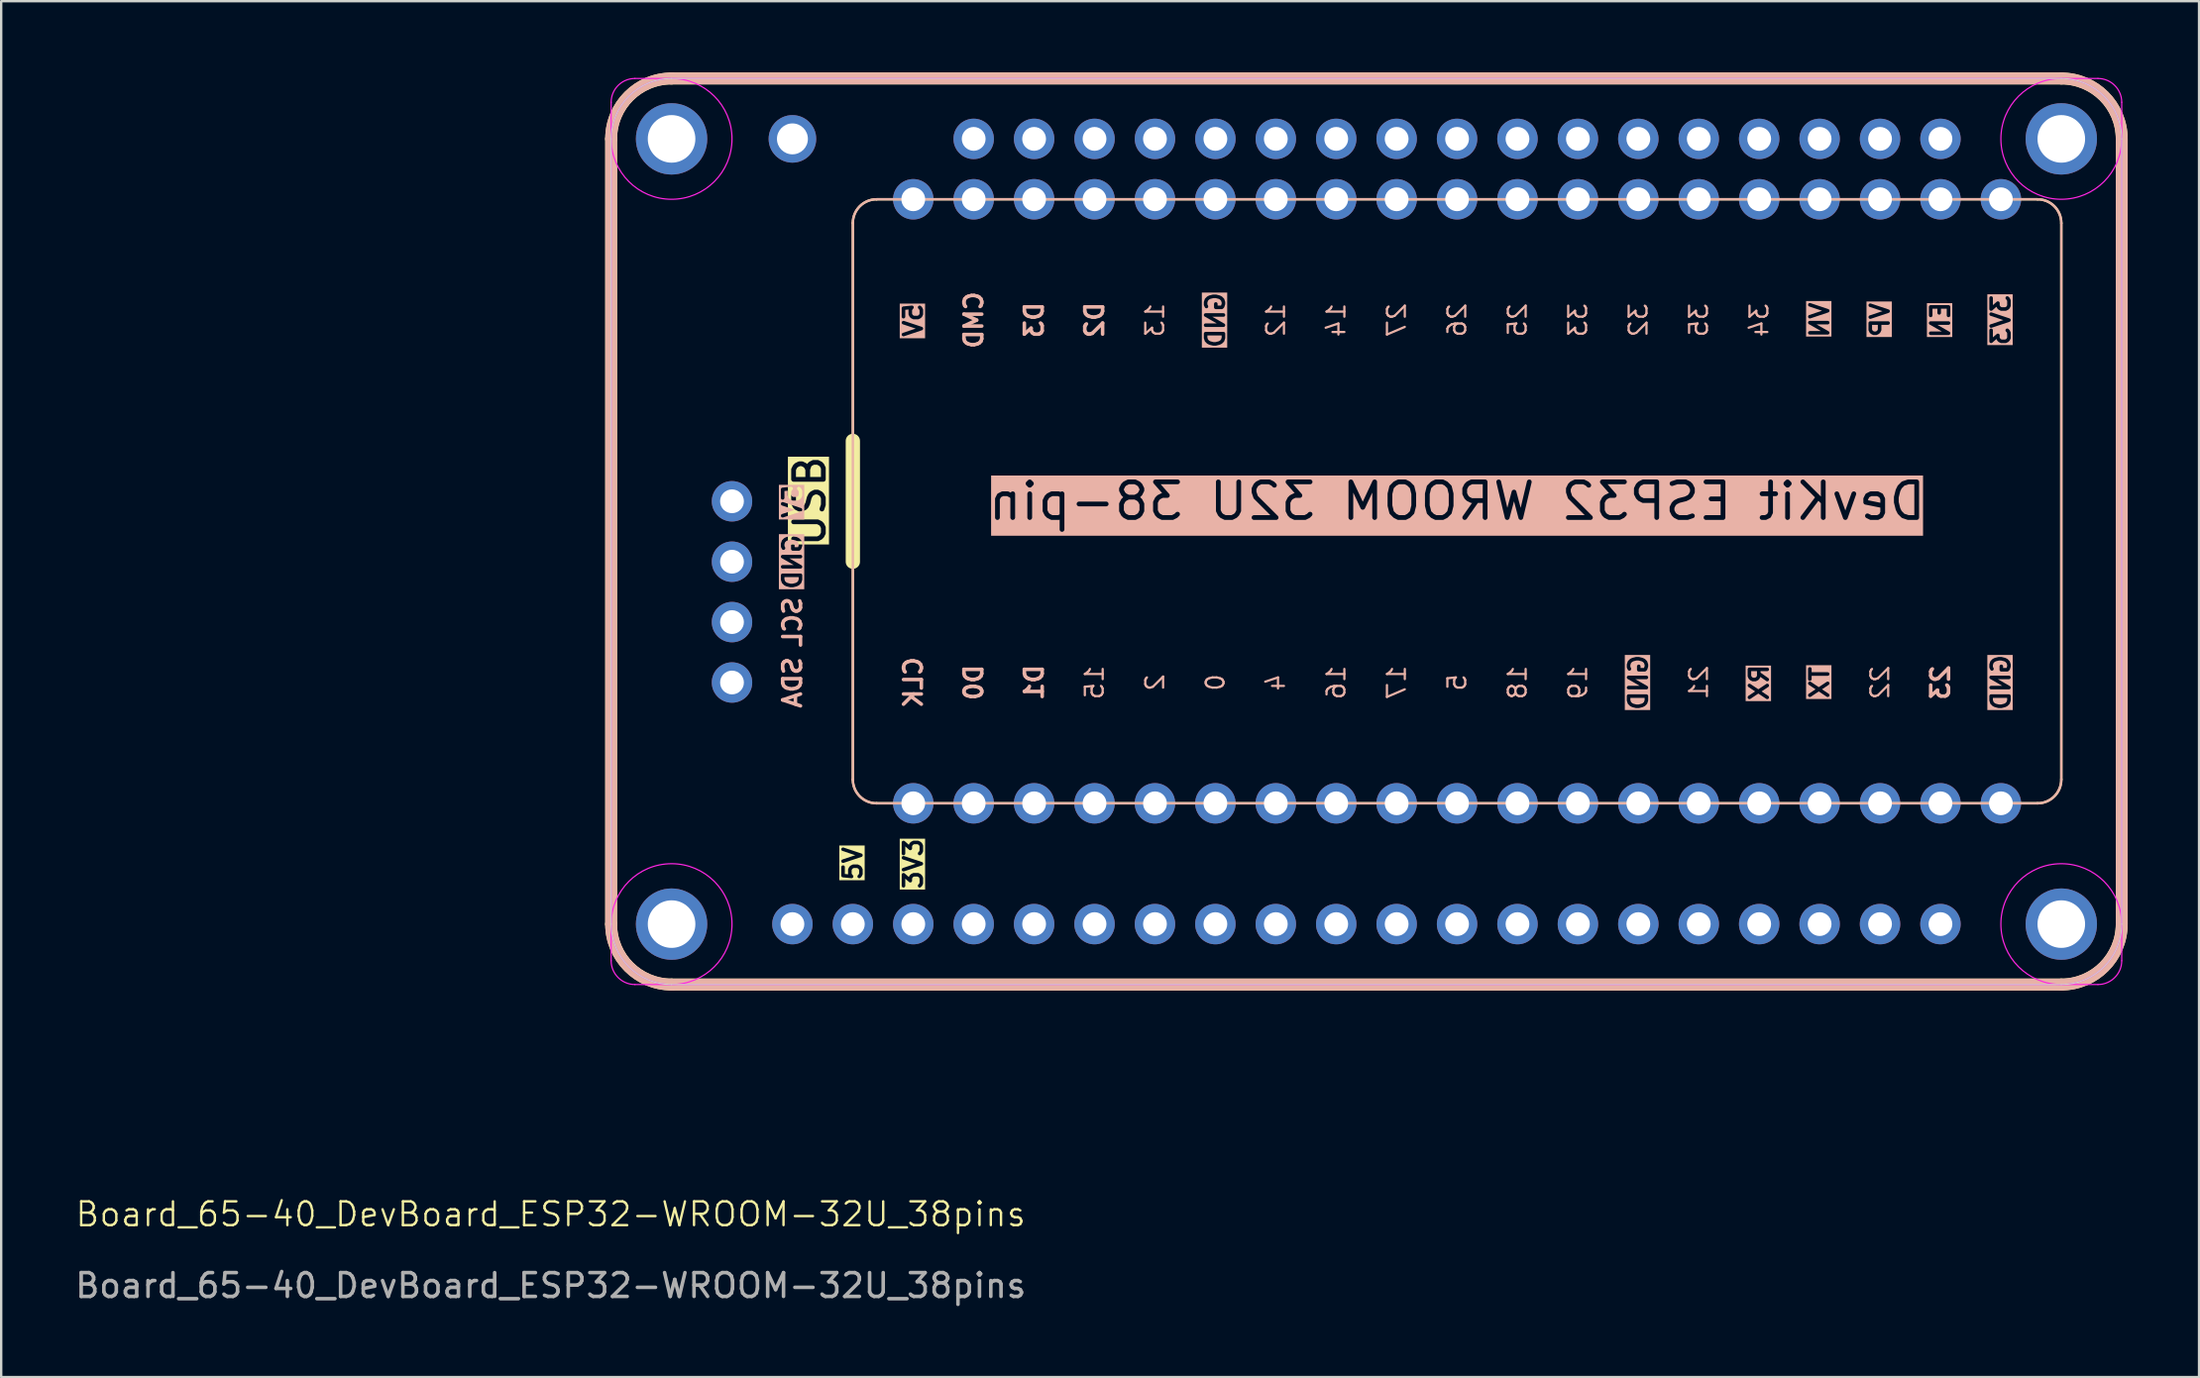
<source format=kicad_pcb>
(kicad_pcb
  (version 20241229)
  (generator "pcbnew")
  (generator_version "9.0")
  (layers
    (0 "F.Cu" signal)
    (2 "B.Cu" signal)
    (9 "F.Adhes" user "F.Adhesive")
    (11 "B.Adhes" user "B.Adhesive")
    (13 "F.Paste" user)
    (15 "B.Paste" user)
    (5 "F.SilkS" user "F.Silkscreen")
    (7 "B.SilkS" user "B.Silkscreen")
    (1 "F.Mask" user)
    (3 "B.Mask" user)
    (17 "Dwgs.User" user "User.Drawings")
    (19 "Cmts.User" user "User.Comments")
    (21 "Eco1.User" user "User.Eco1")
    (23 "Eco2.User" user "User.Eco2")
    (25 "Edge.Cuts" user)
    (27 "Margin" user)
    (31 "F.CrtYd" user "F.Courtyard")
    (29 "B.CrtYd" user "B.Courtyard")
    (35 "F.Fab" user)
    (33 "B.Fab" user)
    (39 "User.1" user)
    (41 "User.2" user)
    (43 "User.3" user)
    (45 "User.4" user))
  (footprint "Board_65-40_DevBoard_ESP32-WROOM-32U_38pins"
    (layer "F.Cu")
    (at 20.101 48.51)
    (property "Reference" "Board_65-40_DevBoard_ESP32-WROOM-32U_38pins" (at 0 -0.5 0) (unlocked yes) (layer "F.SilkS") (effects (font (size 1 1) (thickness 0.1))))
    (attr through_hole)
    (fp_line (start 2.54 -45.72) (end 2.54 -12.7) (stroke (width 0.5) (type default)) (layer "F.SilkS"))
    (fp_line (start 5.08 -48.26) (end 63.5 -48.26) (stroke (width 0.5) (type default)) (layer "F.SilkS"))
    (fp_line (start 5.08 -10.16) (end 63.5 -10.16) (stroke (width 0.5) (type default)) (layer "F.SilkS"))
    (fp_line (start 12.7 -27.94) (end 12.7 -33.02) (stroke (width 0.6) (type default)) (layer "F.SilkS"))
    (fp_line (start 12.7 -18.78) (end 12.7 -42.18) (stroke (width 0.1) (type default)) (layer "F.SilkS"))
    (fp_line (start 13.7 -43.18) (end 62.5 -43.18) (stroke (width 0.1) (type default)) (layer "F.SilkS"))
    (fp_line (start 62.5 -17.78) (end 13.7 -17.78) (stroke (width 0.1) (type default)) (layer "F.SilkS"))
    (fp_line (start 63.5 -42.18) (end 63.5 -18.78) (stroke (width 0.1) (type default)) (layer "F.SilkS"))
    (fp_line (start 66.04 -45.72) (end 66.04 -12.7) (stroke (width 0.5) (type default)) (layer "F.SilkS"))
    (fp_arc (start 2.54 -45.72) (mid 3.283949 -47.516051) (end 5.08 -48.26) (stroke (width 0.5) (type default)) (layer "F.SilkS"))
    (fp_arc (start 5.08 -10.16) (mid 3.283949 -10.903949) (end 2.54 -12.7) (stroke (width 0.5) (type default)) (layer "F.SilkS"))
    (fp_arc (start 12.7 -42.18) (mid 12.992893 -42.887107) (end 13.7 -43.18) (stroke (width 0.1) (type default)) (layer "F.SilkS"))
    (fp_arc (start 13.7 -17.78) (mid 12.992893 -18.072893) (end 12.7 -18.78) (stroke (width 0.1) (type default)) (layer "F.SilkS"))
    (fp_arc (start 62.5 -43.18) (mid 63.207107 -42.887107) (end 63.5 -42.18) (stroke (width 0.1) (type default)) (layer "F.SilkS"))
    (fp_arc (start 63.5 -48.26) (mid 65.296051 -47.516051) (end 66.04 -45.72) (stroke (width 0.5) (type default)) (layer "F.SilkS"))
    (fp_arc (start 63.5 -18.78) (mid 63.207107 -18.072893) (end 62.5 -17.78) (stroke (width 0.1) (type default)) (layer "F.SilkS"))
    (fp_arc (start 66.04 -12.7) (mid 65.296051 -10.903949) (end 63.5 -10.16) (stroke (width 0.5) (type default)) (layer "F.SilkS"))
    (fp_line (start 2.54 -45.72) (end 2.54 -12.7) (stroke (width 0.5) (type default)) (layer "B.SilkS"))
    (fp_line (start 5.08 -48.26) (end 63.5 -48.26) (stroke (width 0.5) (type default)) (layer "B.SilkS"))
    (fp_line (start 5.08 -10.16) (end 63.5 -10.16) (stroke (width 0.5) (type default)) (layer "B.SilkS"))
    (fp_line (start 12.7 -18.78) (end 12.7 -42.18) (stroke (width 0.1) (type default)) (layer "B.SilkS"))
    (fp_line (start 13.7 -43.18) (end 62.5 -43.18) (stroke (width 0.1) (type default)) (layer "B.SilkS"))
    (fp_line (start 62.5 -17.78) (end 13.7 -17.78) (stroke (width 0.1) (type default)) (layer "B.SilkS"))
    (fp_line (start 63.5 -42.18) (end 63.5 -18.78) (stroke (width 0.1) (type default)) (layer "B.SilkS"))
    (fp_line (start 66.04 -45.72) (end 66.04 -12.7) (stroke (width 0.5) (type default)) (layer "B.SilkS"))
    (fp_arc (start 2.54 -45.72) (mid 3.283949 -47.516051) (end 5.08 -48.26) (stroke (width 0.5) (type default)) (layer "B.SilkS"))
    (fp_arc (start 5.08 -10.16) (mid 3.283949 -10.903949) (end 2.54 -12.7) (stroke (width 0.5) (type default)) (layer "B.SilkS"))
    (fp_arc (start 12.7 -42.18) (mid 12.992893 -42.887107) (end 13.7 -43.18) (stroke (width 0.1) (type default)) (layer "B.SilkS"))
    (fp_arc (start 13.7 -17.78) (mid 12.992893 -18.072893) (end 12.7 -18.78) (stroke (width 0.1) (type default)) (layer "B.SilkS"))
    (fp_arc (start 62.5 -43.18) (mid 63.207107 -42.887107) (end 63.5 -42.18) (stroke (width 0.1) (type default)) (layer "B.SilkS"))
    (fp_arc (start 63.5 -48.26) (mid 65.296051 -47.516051) (end 66.04 -45.72) (stroke (width 0.5) (type default)) (layer "B.SilkS"))
    (fp_arc (start 63.5 -18.78) (mid 63.207107 -18.072893) (end 62.5 -17.78) (stroke (width 0.1) (type default)) (layer "B.SilkS"))
    (fp_arc (start 66.04 -12.7) (mid 65.296051 -10.903948) (end 63.5 -10.16) (stroke (width 0.5) (type default)) (layer "B.SilkS"))
    (fp_line (start 2.54 -12.7) (end 2.54 -45.72) (stroke (width 0.05) (type default)) (layer "Edge.Cuts"))
    (fp_line (start 5.08 -48.26) (end 63.5 -48.26) (stroke (width 0.05) (type default)) (layer "Edge.Cuts"))
    (fp_line (start 63.5 -10.16) (end 5.08 -10.16) (stroke (width 0.05) (type default)) (layer "Edge.Cuts"))
    (fp_line (start 66.04 -12.7) (end 66.04 -45.72) (stroke (width 0.05) (type default)) (layer "Edge.Cuts"))
    (fp_arc (start 2.54 -45.72) (mid 3.283949 -47.516051) (end 5.08 -48.26) (stroke (width 0.05) (type default)) (layer "Edge.Cuts"))
    (fp_arc (start 5.08 -10.16) (mid 3.283949 -10.903949) (end 2.54 -12.7) (stroke (width 0.05) (type default)) (layer "Edge.Cuts"))
    (fp_arc (start 63.5 -48.26) (mid 65.296051 -47.516051) (end 66.04 -45.72) (stroke (width 0.05) (type default)) (layer "Edge.Cuts"))
    (fp_arc (start 66.04 -12.7) (mid 65.296051 -10.903949) (end 63.5 -10.16) (stroke (width 0.05) (type default)) (layer "Edge.Cuts"))
    (fp_line (start 2.54 -11.16) (end 2.54 -47.26) (stroke (width 0.05) (type default)) (layer "F.CrtYd"))
    (fp_line (start 3.54 -48.26) (end 65.04 -48.26) (stroke (width 0.05) (type default)) (layer "F.CrtYd"))
    (fp_line (start 65.04 -10.16) (end 3.54 -10.16) (stroke (width 0.05) (type default)) (layer "F.CrtYd"))
    (fp_line (start 66.04 -47.26) (end 66.04 -11.16) (stroke (width 0.05) (type default)) (layer "F.CrtYd"))
    (fp_arc (start 2.54 -47.26) (mid 2.832893 -47.967107) (end 3.54 -48.26) (stroke (width 0.05) (type default)) (layer "F.CrtYd"))
    (fp_arc (start 3.54 -10.16) (mid 2.832893 -10.452893) (end 2.54 -11.16) (stroke (width 0.05) (type default)) (layer "F.CrtYd"))
    (fp_arc (start 65.04 -48.26) (mid 65.747107 -47.967107) (end 66.04 -47.26) (stroke (width 0.05) (type default)) (layer "F.CrtYd"))
    (fp_arc (start 66.04 -11.16) (mid 65.747107 -10.452893) (end 65.04 -10.16) (stroke (width 0.05) (type default)) (layer "F.CrtYd"))
    (fp_circle (center 5.08 -45.72) (end 5.08 -43.18) (stroke (width 0.05) (type default)) (fill no) (layer "F.CrtYd"))
    (fp_circle (center 5.08 -12.7) (end 5.08 -15.24) (stroke (width 0.05) (type default)) (fill no) (layer "F.CrtYd"))
    (fp_circle (center 63.5 -45.72) (end 63.5 -43.18) (stroke (width 0.05) (type default)) (fill no) (layer "F.CrtYd"))
    (fp_circle (center 63.5 -12.7) (end 63.5 -15.24) (stroke (width 0.05) (type default)) (fill no) (layer "F.CrtYd"))
    (fp_text user "3V3" (at 15.24 -15.24 90) (unlocked yes) (layer "F.SilkS" knockout) (effects (font (size 0.75 0.75) (thickness 0.15) (bold yes))))
    (fp_text user "USB" (at 10.16 -30.48 90) (unlocked yes) (layer "F.SilkS" knockout) (effects (font (size 1.25 1.25) (thickness 0.2) (bold yes)) (justify top)))
    (fp_text user "5V" (at 12.7 -15.24 90) (unlocked yes) (layer "F.SilkS" knockout) (effects (font (size 0.75 0.75) (thickness 0.15) (bold yes))))
    (fp_text user "GND" (at 60.96 -22.86 90) (unlocked yes) (layer "B.SilkS" knockout) (effects (font (size 0.75 0.75) (thickness 0.15) (bold yes)) (justify mirror)))
    (fp_text user "D2" (at 22.86 -38.1 90) (unlocked yes) (layer "B.SilkS") (effects (font (size 0.75 0.75) (thickness 0.15) (bold yes)) (justify mirror)))
    (fp_text user "32" (at 45.72 -38.1 90) (unlocked yes) (layer "B.SilkS") (effects (font (size 0.75 0.75) (thickness 0.094)) (justify mirror)))
    (fp_text user "RX" (at 50.8 -22.86 90) (unlocked yes) (layer "B.SilkS" knockout) (effects (font (size 0.75 0.75) (thickness 0.15) (bold yes)) (justify mirror)))
    (fp_text user "3V3" (at 60.96 -38.1 90) (unlocked yes) (layer "B.SilkS" knockout) (effects (font (size 0.75 0.75) (thickness 0.15) (bold yes)) (justify mirror)))
    (fp_text user "27" (at 35.56 -38.1 90) (unlocked yes) (layer "B.SilkS") (effects (font (size 0.75 0.75) (thickness 0.094)) (justify mirror)))
    (fp_text user "23" (at 58.42 -22.86 90) (unlocked yes) (layer "B.SilkS") (effects (font (size 0.75 0.75) (thickness 0.15) (bold yes)) (justify mirror)))
    (fp_text user "SDA" (at 10.16 -22.86 90) (unlocked yes) (layer "B.SilkS") (effects (font (size 0.75 0.75) (thickness 0.15) (bold yes)) (justify mirror)))
    (fp_text user "15" (at 22.86 -22.86 90) (unlocked yes) (layer "B.SilkS") (effects (font (size 0.75 0.75) (thickness 0.094)) (justify mirror)))
    (fp_text user "GND" (at 10.16 -27.94 90) (unlocked yes) (layer "B.SilkS" knockout) (effects (font (size 0.75 0.75) (thickness 0.15) (bold yes)) (justify mirror)))
    (fp_text user "34" (at 50.8 -38.1 90) (unlocked yes) (layer "B.SilkS") (effects (font (size 0.75 0.75) (thickness 0.094)) (justify mirror)))
    (fp_text user "EN" (at 58.42 -38.1 90) (unlocked yes) (layer "B.SilkS" knockout) (effects (font (size 0.75 0.75) (thickness 0.15) (bold yes)) (justify mirror)))
    (fp_text user "D3" (at 20.32 -38.1 90) (unlocked yes) (layer "B.SilkS") (effects (font (size 0.75 0.75) (thickness 0.15) (bold yes)) (justify mirror)))
    (fp_text user "16" (at 33.02 -22.86 90) (unlocked yes) (layer "B.SilkS") (effects (font (size 0.75 0.75) (thickness 0.094)) (justify mirror)))
    (fp_text user "5V" (at 10.16 -30.48 90) (unlocked yes) (layer "B.SilkS" knockout) (effects (font (size 0.75 0.75) (thickness 0.15) (bold yes)) (justify mirror)))
    (fp_text user "14" (at 33.02 -38.1 90) (unlocked yes) (layer "B.SilkS") (effects (font (size 0.75 0.75) (thickness 0.094)) (justify mirror)))
    (fp_text user "5" (at 38.1 -22.86 90) (unlocked yes) (layer "B.SilkS") (effects (font (size 0.75 0.75) (thickness 0.094)) (justify mirror)))
    (fp_text user "2" (at 25.4 -22.86 90) (unlocked yes) (layer "B.SilkS") (effects (font (size 0.75 0.75) (thickness 0.094)) (justify mirror)))
    (fp_text user "VN" (at 53.34 -38.1 90) (unlocked yes) (layer "B.SilkS" knockout) (effects (font (size 0.75 0.75) (thickness 0.15) (bold yes)) (justify mirror)))
    (fp_text user "D0" (at 17.78 -22.86 90) (unlocked yes) (layer "B.SilkS") (effects (font (size 0.75 0.75) (thickness 0.15) (bold yes)) (justify mirror)))
    (fp_text user "21" (at 48.26 -22.86 90) (unlocked yes) (layer "B.SilkS") (effects (font (size 0.75 0.75) (thickness 0.094)) (justify mirror)))
    (fp_text user "4" (at 30.48 -22.86 90) (unlocked yes) (layer "B.SilkS") (effects (font (size 0.75 0.75) (thickness 0.094)) (justify mirror)))
    (fp_text user "0" (at 27.94 -22.86 90) (unlocked yes) (layer "B.SilkS") (effects (font (size 0.75 0.75) (thickness 0.094)) (justify mirror)))
    (fp_text user "CMD" (at 17.78 -38.1 90) (unlocked yes) (layer "B.SilkS") (effects (font (size 0.75 0.75) (thickness 0.15) (bold yes)) (justify mirror)))
    (fp_text user "DevKit ESP32 WROOM 32U 38-pin" (at 38.1 -30.48 0) (unlocked yes) (layer "B.SilkS" knockout) (effects (font (size 1.5 1.5) (thickness 0.2) (bold yes)) (justify mirror)))
    (fp_text user "13" (at 25.4 -38.1 90) (unlocked yes) (layer "B.SilkS") (effects (font (size 0.75 0.75) (thickness 0.094)) (justify mirror)))
    (fp_text user "GND" (at 27.94 -38.1 90) (unlocked yes) (layer "B.SilkS" knockout) (effects (font (size 0.75 0.75) (thickness 0.15) (bold yes)) (justify mirror)))
    (fp_text user "GND" (at 45.72 -22.86 90) (unlocked yes) (layer "B.SilkS" knockout) (effects (font (size 0.75 0.75) (thickness 0.15) (bold yes)) (justify mirror)))
    (fp_text user "17" (at 35.56 -22.86 90) (unlocked yes) (layer "B.SilkS") (effects (font (size 0.75 0.75) (thickness 0.094)) (justify mirror)))
    (fp_text user "TX" (at 53.34 -22.86 90) (unlocked yes) (layer "B.SilkS" knockout) (effects (font (size 0.75 0.75) (thickness 0.15) (bold yes)) (justify mirror)))
    (fp_text user "33" (at 43.18 -38.1 90) (unlocked yes) (layer "B.SilkS") (effects (font (size 0.75 0.75) (thickness 0.094)) (justify mirror)))
    (fp_text user "19" (at 43.18 -22.86 90) (unlocked yes) (layer "B.SilkS") (effects (font (size 0.75 0.75) (thickness 0.094)) (justify mirror)))
    (fp_text user "22" (at 55.88 -22.86 90) (unlocked yes) (layer "B.SilkS") (effects (font (size 0.75 0.75) (thickness 0.094)) (justify mirror)))
    (fp_text user "VP" (at 55.88 -38.1 90) (unlocked yes) (layer "B.SilkS" knockout) (effects (font (size 0.75 0.75) (thickness 0.15) (bold yes)) (justify mirror)))
    (fp_text user "35" (at 48.26 -38.1 90) (unlocked yes) (layer "B.SilkS") (effects (font (size 0.75 0.75) (thickness 0.094)) (justify mirror)))
    (fp_text user "CLK" (at 15.24 -22.86 90) (unlocked yes) (layer "B.SilkS") (effects (font (size 0.75 0.75) (thickness 0.15) (bold yes)) (justify mirror)))
    (fp_text user "12" (at 30.48 -38.1 90) (unlocked yes) (layer "B.SilkS") (effects (font (size 0.75 0.75) (thickness 0.094)) (justify mirror)))
    (fp_text user "D1" (at 20.32 -22.86 90) (unlocked yes) (layer "B.SilkS") (effects (font (size 0.75 0.75) (thickness 0.15) (bold yes)) (justify mirror)))
    (fp_text user "5V" (at 15.24 -38.1 90) (unlocked yes) (layer "B.SilkS" knockout) (effects (font (size 0.75 0.75) (thickness 0.15) (bold yes)) (justify mirror)))
    (fp_text user "26" (at 38.1 -38.1 90) (unlocked yes) (layer "B.SilkS") (effects (font (size 0.75 0.75) (thickness 0.094)) (justify mirror)))
    (fp_text user "18" (at 40.64 -22.86 90) (unlocked yes) (layer "B.SilkS") (effects (font (size 0.75 0.75) (thickness 0.094)) (justify mirror)))
    (fp_text user "SCL" (at 10.16 -25.4 90) (unlocked yes) (layer "B.SilkS") (effects (font (size 0.75 0.75) (thickness 0.15) (bold yes)) (justify mirror)))
    (fp_text user "25" (at 40.64 -38.1 90) (unlocked yes) (layer "B.SilkS") (effects (font (size 0.75 0.75) (thickness 0.094)) (justify mirror)))
    (fp_text user "${REFERENCE}" (at 0 2.5 0) (unlocked yes) (layer "F.Fab") (effects (font (size 1 1) (thickness 0.15))))
    (pad "" thru_hole circle (at 5.08 -45.72) (size 3 3) (drill 2) (layers "*.Cu" "*.Mask"))
    (pad "" thru_hole circle (at 5.08 -12.7) (size 3 3) (drill 2) (layers "*.Cu" "*.Mask"))
    (pad "" thru_hole circle (at 63.5 -45.72) (size 3 3) (drill 2) (layers "*.Cu" "*.Mask"))
    (pad "" thru_hole circle (at 63.5 -12.7) (size 3 3) (drill 2) (layers "*.Cu" "*.Mask"))
    (pad "1" thru_hole oval (at 15.24 -17.78) (size 1.7 1.7) (drill 1) (layers "*.Cu" "*.Mask"))
    (pad "1" thru_hole oval (at 17.78 -12.7) (size 1.7 1.7) (drill 1) (layers "*.Cu" "*.Mask"))
    (pad "2" thru_hole oval (at 17.78 -17.78) (size 1.7 1.7) (drill 1) (layers "*.Cu" "*.Mask"))
    (pad "2" thru_hole oval (at 20.32 -12.7 90) (size 1.7 1.7) (drill 1) (layers "*.Cu" "*.Mask"))
    (pad "3" thru_hole oval (at 20.32 -17.78) (size 1.7 1.7) (drill 1) (layers "*.Cu" "*.Mask"))
    (pad "3" thru_hole oval (at 22.86 -12.7 90) (size 1.7 1.7) (drill 1) (layers "*.Cu" "*.Mask"))
    (pad "4" thru_hole oval (at 22.86 -17.78) (size 1.7 1.7) (drill 1) (layers "*.Cu" "*.Mask"))
    (pad "4" thru_hole oval (at 25.4 -12.7) (size 1.7 1.7) (drill 1) (layers "*.Cu" "*.Mask"))
    (pad "5" thru_hole oval (at 25.4 -17.78) (size 1.7 1.7) (drill 1) (layers "*.Cu" "*.Mask"))
    (pad "5" thru_hole oval (at 27.94 -12.7) (size 1.7 1.7) (drill 1) (layers "*.Cu" "*.Mask"))
    (pad "6" thru_hole oval (at 27.94 -17.78) (size 1.7 1.7) (drill 1) (layers "*.Cu" "*.Mask"))
    (pad "6" thru_hole oval (at 30.48 -12.7 90) (size 1.7 1.7) (drill 1) (layers "*.Cu" "*.Mask"))
    (pad "7" thru_hole oval (at 30.48 -17.78) (size 1.7 1.7) (drill 1) (layers "*.Cu" "*.Mask"))
    (pad "7" thru_hole oval (at 33.02 -12.7 90) (size 1.7 1.7) (drill 1) (layers "*.Cu" "*.Mask"))
    (pad "8" thru_hole oval (at 33.02 -17.78) (size 1.7 1.7) (drill 1) (layers "*.Cu" "*.Mask"))
    (pad "8" thru_hole oval (at 35.56 -12.7) (size 1.7 1.7) (drill 1) (layers "*.Cu" "*.Mask"))
    (pad "9" thru_hole oval (at 35.56 -17.78) (size 1.7 1.7) (drill 1) (layers "*.Cu" "*.Mask"))
    (pad "9" thru_hole oval (at 38.1 -12.7) (size 1.7 1.7) (drill 1) (layers "*.Cu" "*.Mask"))
    (pad "10" thru_hole oval (at 38.1 -17.78) (size 1.7 1.7) (drill 1) (layers "*.Cu" "*.Mask"))
    (pad "10" thru_hole oval (at 40.64 -12.7 90) (size 1.7 1.7) (drill 1) (layers "*.Cu" "*.Mask"))
    (pad "11" thru_hole oval (at 40.64 -17.78) (size 1.7 1.7) (drill 1) (layers "*.Cu" "*.Mask"))
    (pad "11" thru_hole oval (at 43.18 -12.7 90) (size 1.7 1.7) (drill 1) (layers "*.Cu" "*.Mask"))
    (pad "12" thru_hole oval (at 43.18 -17.78) (size 1.7 1.7) (drill 1) (layers "*.Cu" "*.Mask"))
    (pad "12" thru_hole oval (at 45.72 -12.7) (size 1.7 1.7) (drill 1) (layers "*.Cu" "*.Mask"))
    (pad "13" thru_hole oval (at 7.62 -27.94 90) (size 1.7 1.7) (drill 1) (layers "*.Cu" "*.Mask"))
    (pad "13" thru_hole oval (at 45.72 -17.78) (size 1.7 1.7) (drill 1) (layers "*.Cu" "*.Mask"))
    (pad "14" thru_hole oval (at 7.62 -25.4 90) (size 1.7 1.7) (drill 1) (layers "*.Cu" "*.Mask"))
    (pad "14" thru_hole oval (at 48.26 -17.78) (size 1.7 1.7) (drill 1) (layers "*.Cu" "*.Mask"))
    (pad "14" thru_hole oval (at 48.26 -12.7) (size 1.7 1.7) (drill 1) (layers "*.Cu" "*.Mask"))
    (pad "15" thru_hole oval (at 50.8 -17.78) (size 1.7 1.7) (drill 1) (layers "*.Cu" "*.Mask"))
    (pad "15" thru_hole oval (at 50.8 -12.7 90) (size 1.7 1.7) (drill 1) (layers "*.Cu" "*.Mask"))
    (pad "16" thru_hole oval (at 53.34 -17.78) (size 1.7 1.7) (drill 1) (layers "*.Cu" "*.Mask"))
    (pad "16" thru_hole oval (at 53.34 -12.7 90) (size 1.7 1.7) (drill 1) (layers "*.Cu" "*.Mask"))
    (pad "17" thru_hole oval (at 7.62 -22.86 90) (size 1.7 1.7) (drill 1) (layers "*.Cu" "*.Mask"))
    (pad "17" thru_hole oval (at 55.88 -17.78) (size 1.7 1.7) (drill 1) (layers "*.Cu" "*.Mask"))
    (pad "17" thru_hole oval (at 55.88 -12.7) (size 1.7 1.7) (drill 1) (layers "*.Cu" "*.Mask"))
    (pad "18" thru_hole oval (at 58.42 -17.78) (size 1.7 1.7) (drill 1) (layers "*.Cu" "*.Mask"))
    (pad "18" thru_hole oval (at 58.42 -12.7) (size 1.7 1.7) (drill 1) (layers "*.Cu" "*.Mask"))
    (pad "19" thru_hole oval (at 60.96 -17.78) (size 1.7 1.7) (drill 1) (layers "*.Cu" "*.Mask"))
    (pad "20" thru_hole oval (at 15.24 -12.7) (size 1.7 1.7) (drill 1) (layers "*.Cu" "*.Mask"))
    (pad "20" thru_hole oval (at 60.96 -43.18) (size 1.7 1.7) (drill 1) (layers "*.Cu" "*.Mask"))
    (pad "21" thru_hole oval (at 58.42 -45.72) (size 1.7 1.7) (drill 1) (layers "*.Cu" "*.Mask"))
    (pad "21" thru_hole oval (at 58.42 -43.18) (size 1.7 1.7) (drill 1) (layers "*.Cu" "*.Mask"))
    (pad "22" thru_hole oval (at 55.88 -45.72) (size 1.7 1.7) (drill 1) (layers "*.Cu" "*.Mask"))
    (pad "22" thru_hole oval (at 55.88 -43.18) (size 1.7 1.7) (drill 1) (layers "*.Cu" "*.Mask"))
    (pad "23" thru_hole oval (at 53.34 -45.72) (size 1.7 1.7) (drill 1) (layers "*.Cu" "*.Mask"))
    (pad "23" thru_hole oval (at 53.34 -43.18) (size 1.7 1.7) (drill 1) (layers "*.Cu" "*.Mask"))
    (pad "24" thru_hole oval (at 50.8 -45.72) (size 1.7 1.7) (drill 1) (layers "*.Cu" "*.Mask"))
    (pad "24" thru_hole oval (at 50.8 -43.18) (size 1.7 1.7) (drill 1) (layers "*.Cu" "*.Mask"))
    (pad "25" thru_hole oval (at 48.26 -45.72) (size 1.7 1.7) (drill 1) (layers "*.Cu" "*.Mask"))
    (pad "25" thru_hole oval (at 48.26 -43.18) (size 1.7 1.7) (drill 1) (layers "*.Cu" "*.Mask"))
    (pad "26" thru_hole oval (at 45.72 -45.72) (size 1.7 1.7) (drill 1) (layers "*.Cu" "*.Mask"))
    (pad "26" thru_hole oval (at 45.72 -43.18) (size 1.7 1.7) (drill 1) (layers "*.Cu" "*.Mask"))
    (pad "27" thru_hole oval (at 43.18 -45.72) (size 1.7 1.7) (drill 1) (layers "*.Cu" "*.Mask"))
    (pad "27" thru_hole oval (at 43.18 -43.18) (size 1.7 1.7) (drill 1) (layers "*.Cu" "*.Mask"))
    (pad "28" thru_hole oval (at 40.64 -45.72) (size 1.7 1.7) (drill 1) (layers "*.Cu" "*.Mask"))
    (pad "28" thru_hole oval (at 40.64 -43.18) (size 1.7 1.7) (drill 1) (layers "*.Cu" "*.Mask"))
    (pad "29" thru_hole oval (at 38.1 -45.72) (size 1.7 1.7) (drill 1) (layers "*.Cu" "*.Mask"))
    (pad "29" thru_hole oval (at 38.1 -43.18) (size 1.7 1.7) (drill 1) (layers "*.Cu" "*.Mask"))
    (pad "30" thru_hole oval (at 35.56 -45.72) (size 1.7 1.7) (drill 1) (layers "*.Cu" "*.Mask"))
    (pad "30" thru_hole oval (at 35.56 -43.18) (size 1.7 1.7) (drill 1) (layers "*.Cu" "*.Mask"))
    (pad "31" thru_hole oval (at 33.02 -45.72) (size 1.7 1.7) (drill 1) (layers "*.Cu" "*.Mask"))
    (pad "31" thru_hole oval (at 33.02 -43.18) (size 1.7 1.7) (drill 1) (layers "*.Cu" "*.Mask"))
    (pad "32" thru_hole oval (at 30.48 -45.72) (size 1.7 1.7) (drill 1) (layers "*.Cu" "*.Mask"))
    (pad "32" thru_hole oval (at 30.48 -43.18) (size 1.7 1.7) (drill 1) (layers "*.Cu" "*.Mask"))
    (pad "33" thru_hole circle (at 10.16 -45.72) (size 2 2) (drill 1.3) (layers "*.Cu" "*.Mask"))
    (pad "33" thru_hole oval (at 10.16 -12.7 90) (size 1.7 1.7) (drill 1) (layers "*.Cu" "*.Mask"))
    (pad "33" thru_hole oval (at 27.94 -45.72) (size 1.7 1.7) (drill 1) (layers "*.Cu" "*.Mask"))
    (pad "33" thru_hole oval (at 27.94 -43.18) (size 1.7 1.7) (drill 1) (layers "*.Cu" "*.Mask"))
    (pad "34" thru_hole oval (at 25.4 -45.72) (size 1.7 1.7) (drill 1) (layers "*.Cu" "*.Mask"))
    (pad "34" thru_hole oval (at 25.4 -43.18) (size 1.7 1.7) (drill 1) (layers "*.Cu" "*.Mask"))
    (pad "35" thru_hole oval (at 22.86 -45.72) (size 1.7 1.7) (drill 1) (layers "*.Cu" "*.Mask"))
    (pad "35" thru_hole oval (at 22.86 -43.18) (size 1.7 1.7) (drill 1) (layers "*.Cu" "*.Mask"))
    (pad "36" thru_hole oval (at 20.32 -45.72) (size 1.7 1.7) (drill 1) (layers "*.Cu" "*.Mask"))
    (pad "36" thru_hole oval (at 20.32 -43.18) (size 1.7 1.7) (drill 1) (layers "*.Cu" "*.Mask"))
    (pad "37" thru_hole oval (at 17.78 -45.72) (size 1.7 1.7) (drill 1) (layers "*.Cu" "*.Mask"))
    (pad "37" thru_hole oval (at 17.78 -43.18) (size 1.7 1.7) (drill 1) (layers "*.Cu" "*.Mask"))
    (pad "38" thru_hole oval (at 7.62 -30.48 90) (size 1.7 1.7) (drill 1) (layers "*.Cu" "*.Mask"))
    (pad "38" thru_hole oval (at 12.7 -12.7 90) (size 1.7 1.7) (drill 1) (layers "*.Cu" "*.Mask"))
    (pad "38" thru_hole oval (at 15.24 -43.18) (size 1.7 1.7) (drill 1) (layers "*.Cu" "*.Mask")))
  (gr_rect
    (start -3 -3)
    (end 89.391 54.858)
    (stroke (width 0.1) (type default))
    (fill no)
    (layer "Edge.Cuts")))
</source>
